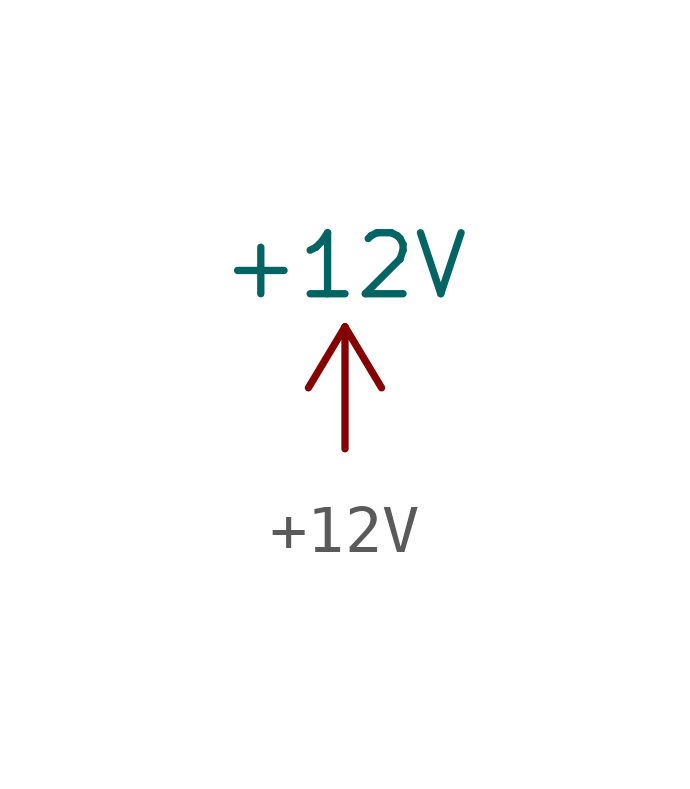
<source format=kicad_sym>
(kicad_symbol_lib
  (version 20231120)
  (generator "kicad_symbol_editor")
  (generator_version "8.0")
  (symbol "+12V"
    (power)
    (pin_names
      (offset 0))
    (property "Reference" "#PWR"
      (at 0 -2.54 0)
      (effects (font (size 1.27 1.27)) (hide yes)))
    (property "Value" "+12V"
      (at 0 3.81 0)
      (effects (font (size 1.27 1.27))))
    (symbol "+12V_1_1"
      (polyline (pts (xy -0.762 1.27) (xy 0 2.54)) (stroke (width 0) (type default)) (fill (type none)))
      (polyline (pts (xy 0 0) (xy 0 2.54)) (stroke (width 0) (type default)) (fill (type none)))
      (polyline (pts (xy 0 2.54) (xy 0.762 1.27)) (stroke (width 0) (type default)) (fill (type none)))
      (pin power_in line (at 0 0 90) (length 2.54) hide (name "+12V" (effects (font (size 1.016 1.016)))) (number "1" (effects (font (size 1.016 1.016))))))))
</source>
